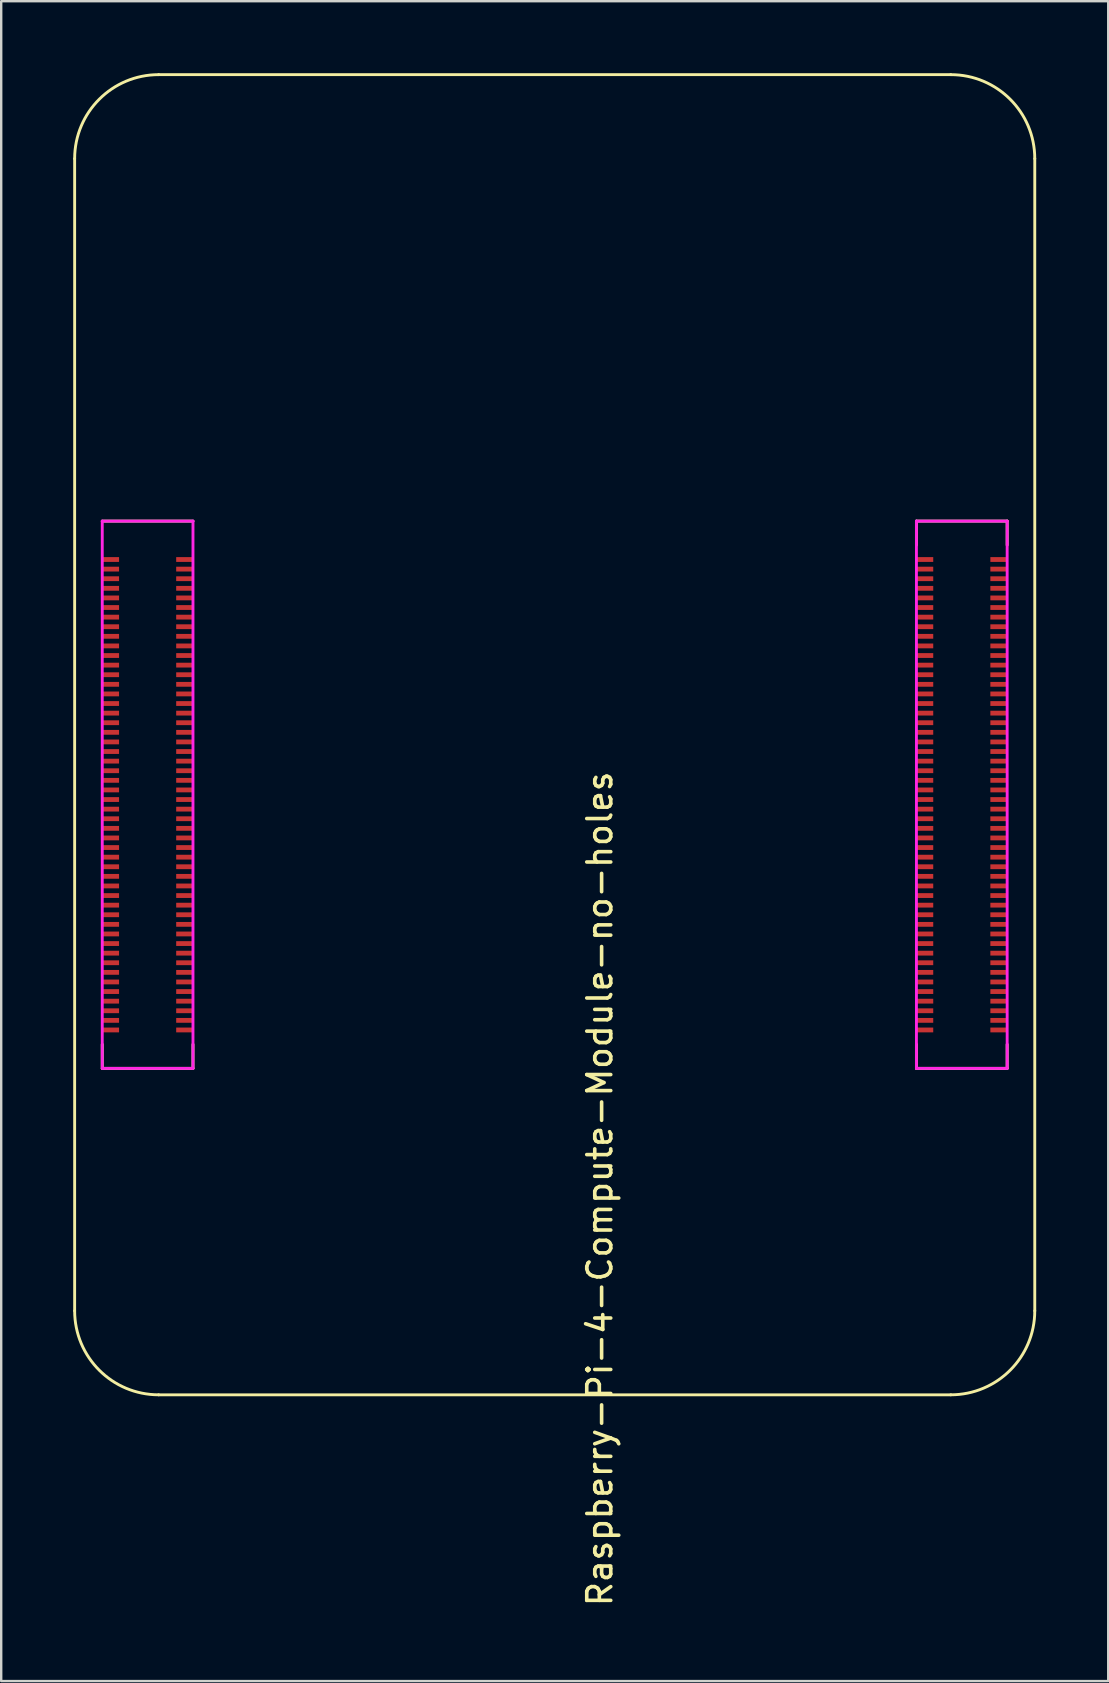
<source format=kicad_pcb>
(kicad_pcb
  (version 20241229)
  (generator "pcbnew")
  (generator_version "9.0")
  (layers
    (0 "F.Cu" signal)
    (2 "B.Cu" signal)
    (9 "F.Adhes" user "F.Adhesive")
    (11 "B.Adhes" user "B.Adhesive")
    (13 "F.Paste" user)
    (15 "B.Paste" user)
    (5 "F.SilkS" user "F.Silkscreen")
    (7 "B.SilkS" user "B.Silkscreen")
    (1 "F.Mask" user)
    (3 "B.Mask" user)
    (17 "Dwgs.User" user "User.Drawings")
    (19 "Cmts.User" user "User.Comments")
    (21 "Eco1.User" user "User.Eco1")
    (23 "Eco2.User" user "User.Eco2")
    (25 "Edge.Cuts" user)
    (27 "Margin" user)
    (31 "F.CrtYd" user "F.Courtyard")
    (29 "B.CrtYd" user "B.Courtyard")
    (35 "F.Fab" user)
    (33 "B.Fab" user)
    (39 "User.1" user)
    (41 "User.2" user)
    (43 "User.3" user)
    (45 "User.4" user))
  (footprint "Raspberry-Pi-4-Compute-Module-no-holes"
    (layer "F.Cu")
    (at 3.56 51.56)
    (property "Reference" "Raspberry-Pi-4-Compute-Module-no-holes" (at 18.38 -5.08 270) (layer "F.SilkS") (effects (font (size 1 1) (thickness 0.15))))
    (attr smd)
    (fp_line (start -3.5 -48) (end -3.5 0) (stroke (width 0.12) (type solid)) (layer "F.SilkS"))
    (fp_line (start -2.35 -32.9) (end 1.43 -32.9) (stroke (width 0.12) (type solid)) (layer "F.SilkS"))
    (fp_line (start -2.35 -10.1) (end -2.35 -11.1) (stroke (width 0.12) (type solid)) (layer "F.SilkS"))
    (fp_line (start -2.35 -10.1) (end 1.43 -10.1) (stroke (width 0.12) (type solid)) (layer "F.SilkS"))
    (fp_line (start 0 3.5) (end 33 3.5) (stroke (width 0.12) (type solid)) (layer "F.SilkS"))
    (fp_line (start 1.43 -10.1) (end 1.43 -11.1) (stroke (width 0.12) (type solid)) (layer "F.SilkS"))
    (fp_line (start 31.57 -32.9) (end 31.57 -31.9) (stroke (width 0.12) (type solid)) (layer "F.SilkS"))
    (fp_line (start 31.57 -32.9) (end 35.35 -32.9) (stroke (width 0.12) (type solid)) (layer "F.SilkS"))
    (fp_line (start 31.57 -10.1) (end 31.57 -11.1) (stroke (width 0.12) (type solid)) (layer "F.SilkS"))
    (fp_line (start 31.57 -10.1) (end 35.35 -10.1) (stroke (width 0.12) (type solid)) (layer "F.SilkS"))
    (fp_line (start 33 -51.5) (end 0 -51.5) (stroke (width 0.12) (type solid)) (layer "F.SilkS"))
    (fp_line (start 35.35 -32.9) (end 35.35 -31.9) (stroke (width 0.12) (type solid)) (layer "F.SilkS"))
    (fp_line (start 35.35 -10.1) (end 35.35 -11.1) (stroke (width 0.12) (type solid)) (layer "F.SilkS"))
    (fp_line (start 36.5 0) (end 36.5 -48) (stroke (width 0.12) (type solid)) (layer "F.SilkS"))
    (fp_arc (start -3.5 -48) (mid -2.474874 -50.474874) (end 0 -51.5) (stroke (width 0.12) (type solid)) (layer "F.SilkS"))
    (fp_arc (start 0 3.5) (mid -2.474874 2.474874) (end -3.5 0) (stroke (width 0.12) (type solid)) (layer "F.SilkS"))
    (fp_arc (start 33 -51.5) (mid 35.474874 -50.474874) (end 36.5 -48) (stroke (width 0.12) (type solid)) (layer "F.SilkS"))
    (fp_arc (start 36.5 0) (mid 35.474874 2.474874) (end 33 3.5) (stroke (width 0.12) (type solid)) (layer "F.SilkS"))
    (fp_line (start -2.35 -32.9) (end 1.43 -32.9) (stroke (width 0.12) (type solid)) (layer "F.CrtYd"))
    (fp_line (start -2.35 -10.1) (end -2.35 -32.9) (stroke (width 0.12) (type solid)) (layer "F.CrtYd"))
    (fp_line (start 1.43 -32.9) (end 1.43 -10.1) (stroke (width 0.12) (type solid)) (layer "F.CrtYd"))
    (fp_line (start 1.43 -10.1) (end -2.35 -10.1) (stroke (width 0.12) (type solid)) (layer "F.CrtYd"))
    (fp_line (start 31.57 -32.9) (end 35.35 -32.9) (stroke (width 0.12) (type solid)) (layer "F.CrtYd"))
    (fp_line (start 31.57 -10.1) (end 31.57 -32.9) (stroke (width 0.12) (type solid)) (layer "F.CrtYd"))
    (fp_line (start 35.35 -32.9) (end 35.35 -10.1) (stroke (width 0.12) (type solid)) (layer "F.CrtYd"))
    (fp_line (start 35.35 -10.1) (end 31.57 -10.1) (stroke (width 0.12) (type solid)) (layer "F.CrtYd"))
    (pad "1" smd rect (at -2 -31.3 270) (size 0.2 0.7) (layers "F.Cu" "F.Mask" "F.Paste"))
    (pad "2" smd rect (at 1.08 -31.3 270) (size 0.2 0.7) (layers "F.Cu" "F.Mask" "F.Paste"))
    (pad "3" smd rect (at -2 -30.9 270) (size 0.2 0.7) (layers "F.Cu" "F.Mask" "F.Paste"))
    (pad "4" smd rect (at 1.08 -30.9 270) (size 0.2 0.7) (layers "F.Cu" "F.Mask" "F.Paste"))
    (pad "5" smd rect (at -2 -30.5 270) (size 0.2 0.7) (layers "F.Cu" "F.Mask" "F.Paste"))
    (pad "6" smd rect (at 1.08 -30.5 270) (size 0.2 0.7) (layers "F.Cu" "F.Mask" "F.Paste"))
    (pad "7" smd rect (at -2 -30.1 270) (size 0.2 0.7) (layers "F.Cu" "F.Mask" "F.Paste"))
    (pad "8" smd rect (at 1.08 -30.1 270) (size 0.2 0.7) (layers "F.Cu" "F.Mask" "F.Paste"))
    (pad "9" smd rect (at -2 -29.7 270) (size 0.2 0.7) (layers "F.Cu" "F.Mask" "F.Paste"))
    (pad "10" smd rect (at 1.08 -29.7 270) (size 0.2 0.7) (layers "F.Cu" "F.Mask" "F.Paste"))
    (pad "11" smd rect (at -2 -29.3 270) (size 0.2 0.7) (layers "F.Cu" "F.Mask" "F.Paste"))
    (pad "12" smd rect (at 1.08 -29.3 270) (size 0.2 0.7) (layers "F.Cu" "F.Mask" "F.Paste"))
    (pad "13" smd rect (at -2 -28.9 270) (size 0.2 0.7) (layers "F.Cu" "F.Mask" "F.Paste"))
    (pad "14" smd rect (at 1.08 -28.9 270) (size 0.2 0.7) (layers "F.Cu" "F.Mask" "F.Paste"))
    (pad "15" smd rect (at -2 -28.5 270) (size 0.2 0.7) (layers "F.Cu" "F.Mask" "F.Paste"))
    (pad "16" smd rect (at 1.08 -28.5 270) (size 0.2 0.7) (layers "F.Cu" "F.Mask" "F.Paste"))
    (pad "17" smd rect (at -2 -28.1 270) (size 0.2 0.7) (layers "F.Cu" "F.Mask" "F.Paste"))
    (pad "18" smd rect (at 1.08 -28.1 270) (size 0.2 0.7) (layers "F.Cu" "F.Mask" "F.Paste"))
    (pad "19" smd rect (at -2 -27.7 270) (size 0.2 0.7) (layers "F.Cu" "F.Mask" "F.Paste"))
    (pad "20" smd rect (at 1.08 -27.7 270) (size 0.2 0.7) (layers "F.Cu" "F.Mask" "F.Paste"))
    (pad "21" smd rect (at -2 -27.3 270) (size 0.2 0.7) (layers "F.Cu" "F.Mask" "F.Paste"))
    (pad "22" smd rect (at 1.08 -27.3 270) (size 0.2 0.7) (layers "F.Cu" "F.Mask" "F.Paste"))
    (pad "23" smd rect (at -2 -26.9 270) (size 0.2 0.7) (layers "F.Cu" "F.Mask" "F.Paste"))
    (pad "24" smd rect (at 1.08 -26.9 270) (size 0.2 0.7) (layers "F.Cu" "F.Mask" "F.Paste"))
    (pad "25" smd rect (at -2 -26.5 270) (size 0.2 0.7) (layers "F.Cu" "F.Mask" "F.Paste"))
    (pad "26" smd rect (at 1.08 -26.5 270) (size 0.2 0.7) (layers "F.Cu" "F.Mask" "F.Paste"))
    (pad "27" smd rect (at -2 -26.1 270) (size 0.2 0.7) (layers "F.Cu" "F.Mask" "F.Paste"))
    (pad "28" smd rect (at 1.08 -26.1 270) (size 0.2 0.7) (layers "F.Cu" "F.Mask" "F.Paste"))
    (pad "29" smd rect (at -2 -25.7 270) (size 0.2 0.7) (layers "F.Cu" "F.Mask" "F.Paste"))
    (pad "30" smd rect (at 1.08 -25.7 270) (size 0.2 0.7) (layers "F.Cu" "F.Mask" "F.Paste"))
    (pad "31" smd rect (at -2 -25.3 270) (size 0.2 0.7) (layers "F.Cu" "F.Mask" "F.Paste"))
    (pad "32" smd rect (at 1.08 -25.3 270) (size 0.2 0.7) (layers "F.Cu" "F.Mask" "F.Paste"))
    (pad "33" smd rect (at -2 -24.9 270) (size 0.2 0.7) (layers "F.Cu" "F.Mask" "F.Paste"))
    (pad "34" smd rect (at 1.08 -24.9 270) (size 0.2 0.7) (layers "F.Cu" "F.Mask" "F.Paste"))
    (pad "35" smd rect (at -2 -24.5 270) (size 0.2 0.7) (layers "F.Cu" "F.Mask" "F.Paste"))
    (pad "36" smd rect (at 1.08 -24.5 270) (size 0.2 0.7) (layers "F.Cu" "F.Mask" "F.Paste"))
    (pad "37" smd rect (at -2 -24.1 270) (size 0.2 0.7) (layers "F.Cu" "F.Mask" "F.Paste"))
    (pad "38" smd rect (at 1.08 -24.1 270) (size 0.2 0.7) (layers "F.Cu" "F.Mask" "F.Paste"))
    (pad "39" smd rect (at -2 -23.7 270) (size 0.2 0.7) (layers "F.Cu" "F.Mask" "F.Paste"))
    (pad "40" smd rect (at 1.08 -23.7 270) (size 0.2 0.7) (layers "F.Cu" "F.Mask" "F.Paste"))
    (pad "41" smd rect (at -2 -23.3 270) (size 0.2 0.7) (layers "F.Cu" "F.Mask" "F.Paste"))
    (pad "42" smd rect (at 1.08 -23.3 270) (size 0.2 0.7) (layers "F.Cu" "F.Mask" "F.Paste"))
    (pad "43" smd rect (at -2 -22.9 270) (size 0.2 0.7) (layers "F.Cu" "F.Mask" "F.Paste"))
    (pad "44" smd rect (at 1.08 -22.9 270) (size 0.2 0.7) (layers "F.Cu" "F.Mask" "F.Paste"))
    (pad "45" smd rect (at -2 -22.5 270) (size 0.2 0.7) (layers "F.Cu" "F.Mask" "F.Paste"))
    (pad "46" smd rect (at 1.08 -22.5 270) (size 0.2 0.7) (layers "F.Cu" "F.Mask" "F.Paste"))
    (pad "47" smd rect (at -2 -22.1 270) (size 0.2 0.7) (layers "F.Cu" "F.Mask" "F.Paste"))
    (pad "48" smd rect (at 1.08 -22.1 270) (size 0.2 0.7) (layers "F.Cu" "F.Mask" "F.Paste"))
    (pad "49" smd rect (at -2 -21.7 270) (size 0.2 0.7) (layers "F.Cu" "F.Mask" "F.Paste"))
    (pad "50" smd rect (at 1.08 -21.7 270) (size 0.2 0.7) (layers "F.Cu" "F.Mask" "F.Paste"))
    (pad "51" smd rect (at -2 -21.3 270) (size 0.2 0.7) (layers "F.Cu" "F.Mask" "F.Paste"))
    (pad "52" smd rect (at 1.08 -21.3 270) (size 0.2 0.7) (layers "F.Cu" "F.Mask" "F.Paste"))
    (pad "53" smd rect (at -2 -20.9 270) (size 0.2 0.7) (layers "F.Cu" "F.Mask" "F.Paste"))
    (pad "54" smd rect (at 1.08 -20.9 270) (size 0.2 0.7) (layers "F.Cu" "F.Mask" "F.Paste"))
    (pad "55" smd rect (at -2 -20.5 270) (size 0.2 0.7) (layers "F.Cu" "F.Mask" "F.Paste"))
    (pad "56" smd rect (at 1.08 -20.5 270) (size 0.2 0.7) (layers "F.Cu" "F.Mask" "F.Paste"))
    (pad "57" smd rect (at -2 -20.1 270) (size 0.2 0.7) (layers "F.Cu" "F.Mask" "F.Paste"))
    (pad "58" smd rect (at 1.08 -20.1 270) (size 0.2 0.7) (layers "F.Cu" "F.Mask" "F.Paste"))
    (pad "59" smd rect (at -2 -19.7 270) (size 0.2 0.7) (layers "F.Cu" "F.Mask" "F.Paste"))
    (pad "60" smd rect (at 1.08 -19.7 270) (size 0.2 0.7) (layers "F.Cu" "F.Mask" "F.Paste"))
    (pad "61" smd rect (at -2 -19.3 270) (size 0.2 0.7) (layers "F.Cu" "F.Mask" "F.Paste"))
    (pad "62" smd rect (at 1.08 -19.3 270) (size 0.2 0.7) (layers "F.Cu" "F.Mask" "F.Paste"))
    (pad "63" smd rect (at -2 -18.9 270) (size 0.2 0.7) (layers "F.Cu" "F.Mask" "F.Paste"))
    (pad "64" smd rect (at 1.08 -18.9 270) (size 0.2 0.7) (layers "F.Cu" "F.Mask" "F.Paste"))
    (pad "65" smd rect (at -2 -18.5 270) (size 0.2 0.7) (layers "F.Cu" "F.Mask" "F.Paste"))
    (pad "66" smd rect (at 1.08 -18.5 270) (size 0.2 0.7) (layers "F.Cu" "F.Mask" "F.Paste"))
    (pad "67" smd rect (at -2 -18.1 270) (size 0.2 0.7) (layers "F.Cu" "F.Mask" "F.Paste"))
    (pad "68" smd rect (at 1.08 -18.1 270) (size 0.2 0.7) (layers "F.Cu" "F.Mask" "F.Paste"))
    (pad "69" smd rect (at -2 -17.7 270) (size 0.2 0.7) (layers "F.Cu" "F.Mask" "F.Paste"))
    (pad "70" smd rect (at 1.08 -17.7 270) (size 0.2 0.7) (layers "F.Cu" "F.Mask" "F.Paste"))
    (pad "71" smd rect (at -2 -17.3 270) (size 0.2 0.7) (layers "F.Cu" "F.Mask" "F.Paste"))
    (pad "72" smd rect (at 1.08 -17.3 270) (size 0.2 0.7) (layers "F.Cu" "F.Mask" "F.Paste"))
    (pad "73" smd rect (at -2 -16.9 270) (size 0.2 0.7) (layers "F.Cu" "F.Mask" "F.Paste"))
    (pad "74" smd rect (at 1.08 -16.9 270) (size 0.2 0.7) (layers "F.Cu" "F.Mask" "F.Paste"))
    (pad "75" smd rect (at -2 -16.5 270) (size 0.2 0.7) (layers "F.Cu" "F.Mask" "F.Paste"))
    (pad "76" smd rect (at 1.08 -16.5 270) (size 0.2 0.7) (layers "F.Cu" "F.Mask" "F.Paste"))
    (pad "77" smd rect (at -2 -16.1 270) (size 0.2 0.7) (layers "F.Cu" "F.Mask" "F.Paste"))
    (pad "78" smd rect (at 1.08 -16.1 270) (size 0.2 0.7) (layers "F.Cu" "F.Mask" "F.Paste"))
    (pad "79" smd rect (at -2 -15.7 270) (size 0.2 0.7) (layers "F.Cu" "F.Mask" "F.Paste"))
    (pad "80" smd rect (at 1.08 -15.7 270) (size 0.2 0.7) (layers "F.Cu" "F.Mask" "F.Paste"))
    (pad "81" smd rect (at -2 -15.3 270) (size 0.2 0.7) (layers "F.Cu" "F.Mask" "F.Paste"))
    (pad "82" smd rect (at 1.08 -15.3 270) (size 0.2 0.7) (layers "F.Cu" "F.Mask" "F.Paste"))
    (pad "83" smd rect (at -2 -14.9 270) (size 0.2 0.7) (layers "F.Cu" "F.Mask" "F.Paste"))
    (pad "84" smd rect (at 1.08 -14.9 270) (size 0.2 0.7) (layers "F.Cu" "F.Mask" "F.Paste"))
    (pad "85" smd rect (at -2 -14.5 270) (size 0.2 0.7) (layers "F.Cu" "F.Mask" "F.Paste"))
    (pad "86" smd rect (at 1.08 -14.5 270) (size 0.2 0.7) (layers "F.Cu" "F.Mask" "F.Paste"))
    (pad "87" smd rect (at -2 -14.1 270) (size 0.2 0.7) (layers "F.Cu" "F.Mask" "F.Paste"))
    (pad "88" smd rect (at 1.08 -14.1 270) (size 0.2 0.7) (layers "F.Cu" "F.Mask" "F.Paste"))
    (pad "89" smd rect (at -2 -13.7 270) (size 0.2 0.7) (layers "F.Cu" "F.Mask" "F.Paste"))
    (pad "90" smd rect (at 1.08 -13.7 270) (size 0.2 0.7) (layers "F.Cu" "F.Mask" "F.Paste"))
    (pad "91" smd rect (at -2 -13.3 270) (size 0.2 0.7) (layers "F.Cu" "F.Mask" "F.Paste"))
    (pad "92" smd rect (at 1.08 -13.3 270) (size 0.2 0.7) (layers "F.Cu" "F.Mask" "F.Paste"))
    (pad "93" smd rect (at -2 -12.9 270) (size 0.2 0.7) (layers "F.Cu" "F.Mask" "F.Paste"))
    (pad "94" smd rect (at 1.08 -12.9 270) (size 0.2 0.7) (layers "F.Cu" "F.Mask" "F.Paste"))
    (pad "95" smd rect (at -2 -12.5 270) (size 0.2 0.7) (layers "F.Cu" "F.Mask" "F.Paste"))
    (pad "96" smd rect (at 1.08 -12.5 270) (size 0.2 0.7) (layers "F.Cu" "F.Mask" "F.Paste"))
    (pad "97" smd rect (at -2 -12.1 270) (size 0.2 0.7) (layers "F.Cu" "F.Mask" "F.Paste"))
    (pad "98" smd rect (at 1.08 -12.1 270) (size 0.2 0.7) (layers "F.Cu" "F.Mask" "F.Paste"))
    (pad "99" smd rect (at -2 -11.7 270) (size 0.2 0.7) (layers "F.Cu" "F.Mask" "F.Paste"))
    (pad "100" smd rect (at 1.08 -11.7 270) (size 0.2 0.7) (layers "F.Cu" "F.Mask" "F.Paste"))
    (pad "101" smd rect (at 31.92 -31.3 270) (size 0.2 0.7) (layers "F.Cu" "F.Mask" "F.Paste"))
    (pad "102" smd rect (at 35 -31.3 270) (size 0.2 0.7) (layers "F.Cu" "F.Mask" "F.Paste"))
    (pad "103" smd rect (at 31.92 -30.9 270) (size 0.2 0.7) (layers "F.Cu" "F.Mask" "F.Paste"))
    (pad "104" smd rect (at 35 -30.9 270) (size 0.2 0.7) (layers "F.Cu" "F.Mask" "F.Paste"))
    (pad "105" smd rect (at 31.92 -30.5 270) (size 0.2 0.7) (layers "F.Cu" "F.Mask" "F.Paste"))
    (pad "106" smd rect (at 35 -30.5 270) (size 0.2 0.7) (layers "F.Cu" "F.Mask" "F.Paste"))
    (pad "107" smd rect (at 31.92 -30.1 270) (size 0.2 0.7) (layers "F.Cu" "F.Mask" "F.Paste"))
    (pad "108" smd rect (at 35 -30.1 270) (size 0.2 0.7) (layers "F.Cu" "F.Mask" "F.Paste"))
    (pad "109" smd rect (at 31.92 -29.7 270) (size 0.2 0.7) (layers "F.Cu" "F.Mask" "F.Paste"))
    (pad "110" smd rect (at 35 -29.7 270) (size 0.2 0.7) (layers "F.Cu" "F.Mask" "F.Paste"))
    (pad "111" smd rect (at 31.92 -29.3 270) (size 0.2 0.7) (layers "F.Cu" "F.Mask" "F.Paste"))
    (pad "112" smd rect (at 35 -29.3 270) (size 0.2 0.7) (layers "F.Cu" "F.Mask" "F.Paste"))
    (pad "113" smd rect (at 31.92 -28.9 270) (size 0.2 0.7) (layers "F.Cu" "F.Mask" "F.Paste"))
    (pad "114" smd rect (at 35 -28.9 270) (size 0.2 0.7) (layers "F.Cu" "F.Mask" "F.Paste"))
    (pad "115" smd rect (at 31.92 -28.5 270) (size 0.2 0.7) (layers "F.Cu" "F.Mask" "F.Paste"))
    (pad "116" smd rect (at 35 -28.5 270) (size 0.2 0.7) (layers "F.Cu" "F.Mask" "F.Paste"))
    (pad "117" smd rect (at 31.92 -28.1 270) (size 0.2 0.7) (layers "F.Cu" "F.Mask" "F.Paste"))
    (pad "118" smd rect (at 35 -28.1 270) (size 0.2 0.7) (layers "F.Cu" "F.Mask" "F.Paste"))
    (pad "119" smd rect (at 31.92 -27.7 270) (size 0.2 0.7) (layers "F.Cu" "F.Mask" "F.Paste"))
    (pad "120" smd rect (at 35 -27.7 270) (size 0.2 0.7) (layers "F.Cu" "F.Mask" "F.Paste"))
    (pad "121" smd rect (at 31.92 -27.3 270) (size 0.2 0.7) (layers "F.Cu" "F.Mask" "F.Paste"))
    (pad "122" smd rect (at 35 -27.3 270) (size 0.2 0.7) (layers "F.Cu" "F.Mask" "F.Paste"))
    (pad "123" smd rect (at 31.92 -26.9 270) (size 0.2 0.7) (layers "F.Cu" "F.Mask" "F.Paste"))
    (pad "124" smd rect (at 35 -26.9 270) (size 0.2 0.7) (layers "F.Cu" "F.Mask" "F.Paste"))
    (pad "125" smd rect (at 31.92 -26.5 270) (size 0.2 0.7) (layers "F.Cu" "F.Mask" "F.Paste"))
    (pad "126" smd rect (at 35 -26.5 270) (size 0.2 0.7) (layers "F.Cu" "F.Mask" "F.Paste"))
    (pad "127" smd rect (at 31.92 -26.1 270) (size 0.2 0.7) (layers "F.Cu" "F.Mask" "F.Paste"))
    (pad "128" smd rect (at 35 -26.1 270) (size 0.2 0.7) (layers "F.Cu" "F.Mask" "F.Paste"))
    (pad "129" smd rect (at 31.92 -25.7 270) (size 0.2 0.7) (layers "F.Cu" "F.Mask" "F.Paste"))
    (pad "130" smd rect (at 35 -25.7 270) (size 0.2 0.7) (layers "F.Cu" "F.Mask" "F.Paste"))
    (pad "131" smd rect (at 31.92 -25.3 270) (size 0.2 0.7) (layers "F.Cu" "F.Mask" "F.Paste"))
    (pad "132" smd rect (at 35 -25.3 270) (size 0.2 0.7) (layers "F.Cu" "F.Mask" "F.Paste"))
    (pad "133" smd rect (at 31.92 -24.9 270) (size 0.2 0.7) (layers "F.Cu" "F.Mask" "F.Paste"))
    (pad "134" smd rect (at 35 -24.9 270) (size 0.2 0.7) (layers "F.Cu" "F.Mask" "F.Paste"))
    (pad "135" smd rect (at 31.92 -24.5 270) (size 0.2 0.7) (layers "F.Cu" "F.Mask" "F.Paste"))
    (pad "136" smd rect (at 35 -24.5 270) (size 0.2 0.7) (layers "F.Cu" "F.Mask" "F.Paste"))
    (pad "137" smd rect (at 31.92 -24.1 270) (size 0.2 0.7) (layers "F.Cu" "F.Mask" "F.Paste"))
    (pad "138" smd rect (at 35 -24.1 270) (size 0.2 0.7) (layers "F.Cu" "F.Mask" "F.Paste"))
    (pad "139" smd rect (at 31.92 -23.7 270) (size 0.2 0.7) (layers "F.Cu" "F.Mask" "F.Paste"))
    (pad "140" smd rect (at 35 -23.7 270) (size 0.2 0.7) (layers "F.Cu" "F.Mask" "F.Paste"))
    (pad "141" smd rect (at 31.92 -23.3 270) (size 0.2 0.7) (layers "F.Cu" "F.Mask" "F.Paste"))
    (pad "142" smd rect (at 35 -23.3 270) (size 0.2 0.7) (layers "F.Cu" "F.Mask" "F.Paste"))
    (pad "143" smd rect (at 31.92 -22.9 270) (size 0.2 0.7) (layers "F.Cu" "F.Mask" "F.Paste"))
    (pad "144" smd rect (at 35 -22.9 270) (size 0.2 0.7) (layers "F.Cu" "F.Mask" "F.Paste"))
    (pad "145" smd rect (at 31.92 -22.5 270) (size 0.2 0.7) (layers "F.Cu" "F.Mask" "F.Paste"))
    (pad "146" smd rect (at 35 -22.5 270) (size 0.2 0.7) (layers "F.Cu" "F.Mask" "F.Paste"))
    (pad "147" smd rect (at 31.92 -22.1 270) (size 0.2 0.7) (layers "F.Cu" "F.Mask" "F.Paste"))
    (pad "148" smd rect (at 35 -22.1 270) (size 0.2 0.7) (layers "F.Cu" "F.Mask" "F.Paste"))
    (pad "149" smd rect (at 31.92 -21.7 270) (size 0.2 0.7) (layers "F.Cu" "F.Mask" "F.Paste"))
    (pad "150" smd rect (at 35 -21.7 270) (size 0.2 0.7) (layers "F.Cu" "F.Mask" "F.Paste"))
    (pad "151" smd rect (at 31.92 -21.3 270) (size 0.2 0.7) (layers "F.Cu" "F.Mask" "F.Paste"))
    (pad "152" smd rect (at 35 -21.3 270) (size 0.2 0.7) (layers "F.Cu" "F.Mask" "F.Paste"))
    (pad "153" smd rect (at 31.92 -20.9 270) (size 0.2 0.7) (layers "F.Cu" "F.Mask" "F.Paste"))
    (pad "154" smd rect (at 35 -20.9 270) (size 0.2 0.7) (layers "F.Cu" "F.Mask" "F.Paste"))
    (pad "155" smd rect (at 31.92 -20.5 270) (size 0.2 0.7) (layers "F.Cu" "F.Mask" "F.Paste"))
    (pad "156" smd rect (at 35 -20.5 270) (size 0.2 0.7) (layers "F.Cu" "F.Mask" "F.Paste"))
    (pad "157" smd rect (at 31.92 -20.1 270) (size 0.2 0.7) (layers "F.Cu" "F.Mask" "F.Paste"))
    (pad "158" smd rect (at 35 -20.1 270) (size 0.2 0.7) (layers "F.Cu" "F.Mask" "F.Paste"))
    (pad "159" smd rect (at 31.92 -19.7 270) (size 0.2 0.7) (layers "F.Cu" "F.Mask" "F.Paste"))
    (pad "160" smd rect (at 35 -19.7 270) (size 0.2 0.7) (layers "F.Cu" "F.Mask" "F.Paste"))
    (pad "161" smd rect (at 31.92 -19.3 270) (size 0.2 0.7) (layers "F.Cu" "F.Mask" "F.Paste"))
    (pad "162" smd rect (at 35 -19.3 270) (size 0.2 0.7) (layers "F.Cu" "F.Mask" "F.Paste"))
    (pad "163" smd rect (at 31.92 -18.9 270) (size 0.2 0.7) (layers "F.Cu" "F.Mask" "F.Paste"))
    (pad "164" smd rect (at 35 -18.9 270) (size 0.2 0.7) (layers "F.Cu" "F.Mask" "F.Paste"))
    (pad "165" smd rect (at 31.92 -18.5 270) (size 0.2 0.7) (layers "F.Cu" "F.Mask" "F.Paste"))
    (pad "166" smd rect (at 35 -18.5 270) (size 0.2 0.7) (layers "F.Cu" "F.Mask" "F.Paste"))
    (pad "167" smd rect (at 31.92 -18.1 270) (size 0.2 0.7) (layers "F.Cu" "F.Mask" "F.Paste"))
    (pad "168" smd rect (at 35 -18.1 270) (size 0.2 0.7) (layers "F.Cu" "F.Mask" "F.Paste"))
    (pad "169" smd rect (at 31.92 -17.7 270) (size 0.2 0.7) (layers "F.Cu" "F.Mask" "F.Paste"))
    (pad "170" smd rect (at 35 -17.7 270) (size 0.2 0.7) (layers "F.Cu" "F.Mask" "F.Paste"))
    (pad "171" smd rect (at 31.92 -17.3 270) (size 0.2 0.7) (layers "F.Cu" "F.Mask" "F.Paste"))
    (pad "172" smd rect (at 35 -17.3 270) (size 0.2 0.7) (layers "F.Cu" "F.Mask" "F.Paste"))
    (pad "173" smd rect (at 31.92 -16.9 270) (size 0.2 0.7) (layers "F.Cu" "F.Mask" "F.Paste"))
    (pad "174" smd rect (at 35 -16.9 270) (size 0.2 0.7) (layers "F.Cu" "F.Mask" "F.Paste"))
    (pad "175" smd rect (at 31.92 -16.5 270) (size 0.2 0.7) (layers "F.Cu" "F.Mask" "F.Paste"))
    (pad "176" smd rect (at 35 -16.5 270) (size 0.2 0.7) (layers "F.Cu" "F.Mask" "F.Paste"))
    (pad "177" smd rect (at 31.92 -16.1 270) (size 0.2 0.7) (layers "F.Cu" "F.Mask" "F.Paste"))
    (pad "178" smd rect (at 35 -16.1 270) (size 0.2 0.7) (layers "F.Cu" "F.Mask" "F.Paste"))
    (pad "179" smd rect (at 31.92 -15.7 270) (size 0.2 0.7) (layers "F.Cu" "F.Mask" "F.Paste"))
    (pad "180" smd rect (at 35 -15.7 270) (size 0.2 0.7) (layers "F.Cu" "F.Mask" "F.Paste"))
    (pad "181" smd rect (at 31.92 -15.3 270) (size 0.2 0.7) (layers "F.Cu" "F.Mask" "F.Paste"))
    (pad "182" smd rect (at 35 -15.3 270) (size 0.2 0.7) (layers "F.Cu" "F.Mask" "F.Paste"))
    (pad "183" smd rect (at 31.92 -14.9 270) (size 0.2 0.7) (layers "F.Cu" "F.Mask" "F.Paste"))
    (pad "184" smd rect (at 35 -14.9 270) (size 0.2 0.7) (layers "F.Cu" "F.Mask" "F.Paste"))
    (pad "185" smd rect (at 31.92 -14.5 270) (size 0.2 0.7) (layers "F.Cu" "F.Mask" "F.Paste"))
    (pad "186" smd rect (at 35 -14.5 270) (size 0.2 0.7) (layers "F.Cu" "F.Mask" "F.Paste"))
    (pad "187" smd rect (at 31.92 -14.1 270) (size 0.2 0.7) (layers "F.Cu" "F.Mask" "F.Paste"))
    (pad "188" smd rect (at 35 -14.1 270) (size 0.2 0.7) (layers "F.Cu" "F.Mask" "F.Paste"))
    (pad "189" smd rect (at 31.92 -13.7 270) (size 0.2 0.7) (layers "F.Cu" "F.Mask" "F.Paste"))
    (pad "190" smd rect (at 35 -13.7 270) (size 0.2 0.7) (layers "F.Cu" "F.Mask" "F.Paste"))
    (pad "191" smd rect (at 31.92 -13.3 270) (size 0.2 0.7) (layers "F.Cu" "F.Mask" "F.Paste"))
    (pad "192" smd rect (at 35 -13.3 270) (size 0.2 0.7) (layers "F.Cu" "F.Mask" "F.Paste"))
    (pad "193" smd rect (at 31.92 -12.9 270) (size 0.2 0.7) (layers "F.Cu" "F.Mask" "F.Paste"))
    (pad "194" smd rect (at 35 -12.9 270) (size 0.2 0.7) (layers "F.Cu" "F.Mask" "F.Paste"))
    (pad "195" smd rect (at 31.92 -12.5 270) (size 0.2 0.7) (layers "F.Cu" "F.Mask" "F.Paste"))
    (pad "196" smd rect (at 35 -12.5 270) (size 0.2 0.7) (layers "F.Cu" "F.Mask" "F.Paste"))
    (pad "197" smd rect (at 31.92 -12.1 270) (size 0.2 0.7) (layers "F.Cu" "F.Mask" "F.Paste"))
    (pad "198" smd rect (at 35 -12.1 270) (size 0.2 0.7) (layers "F.Cu" "F.Mask" "F.Paste"))
    (pad "199" smd rect (at 31.92 -11.7 270) (size 0.2 0.7) (layers "F.Cu" "F.Mask" "F.Paste"))
    (pad "200" smd rect (at 35 -11.7 270) (size 0.2 0.7) (layers "F.Cu" "F.Mask" "F.Paste")))
  (gr_rect
    (start -3 -3)
    (end 43.12 66.986)
    (stroke (width 0.1) (type default))
    (fill no)
    (layer "Edge.Cuts")))
</source>
